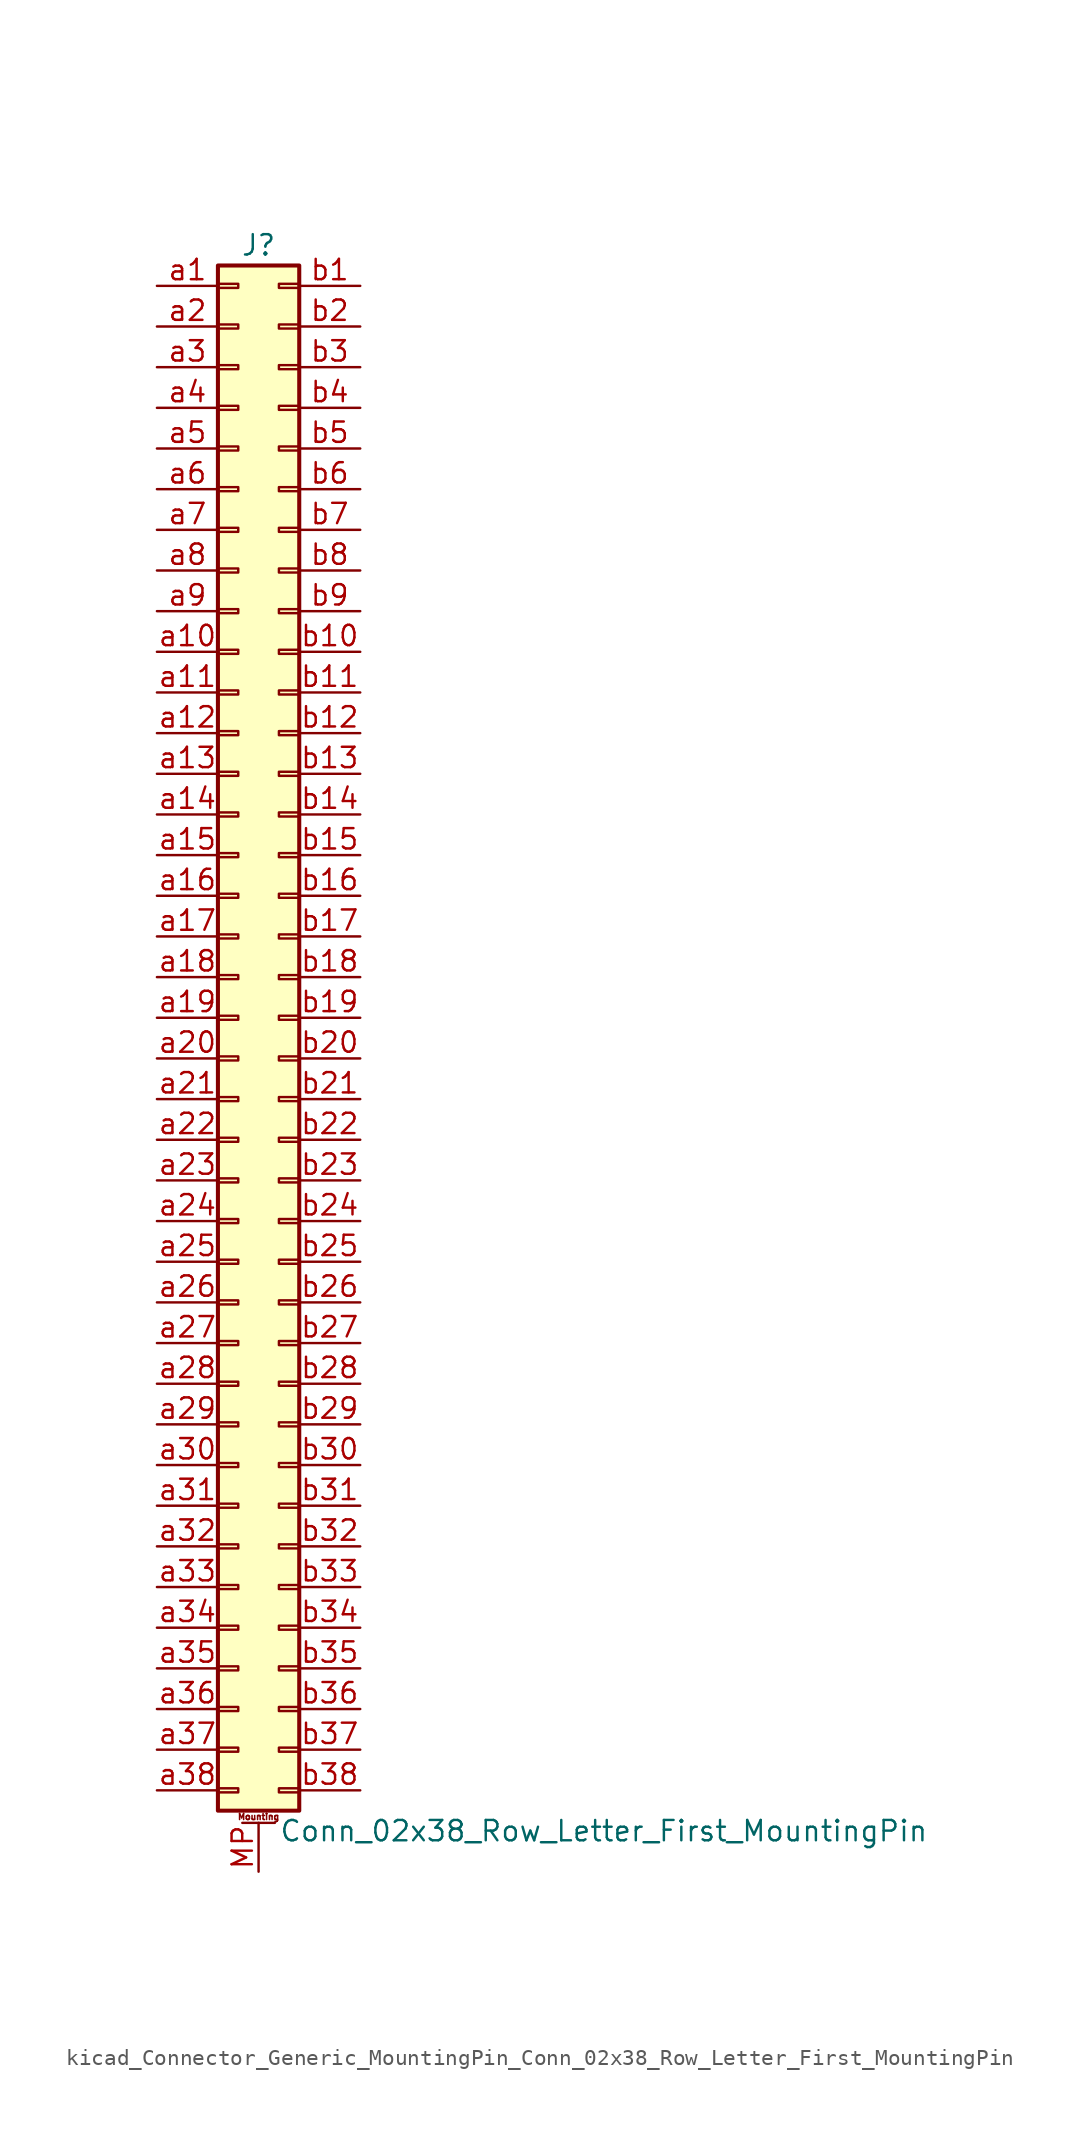
<source format=kicad_sym>
(kicad_symbol_lib
  (version 20220914)
  (generator kicad_symbol_editor)
  (symbol "kicad_Connector_Generic_MountingPin_Conn_02x38_Row_Letter_First_MountingPin"
    (pin_names
      (offset 1.016) hide)
    (property "Reference" "J"
      (at 1.27 48.26 0)
      (effects (font (size 1.27 1.27))))
    (property "Value" "Conn_02x38_Row_Letter_First_MountingPin"
      (at 2.54 -50.8 0)
      (effects (font (size 1.27 1.27)) (justify left)))
    (symbol "kicad_Connector_Generic_MountingPin_Conn_02x38_Row_Letter_First_MountingPin_1_1"
      (rectangle (start -1.27 -48.133) (end 0 -48.387) (stroke (width 0.152) (type default)) (fill (type none)))
      (rectangle (start -1.27 -45.593) (end 0 -45.847) (stroke (width 0.152) (type default)) (fill (type none)))
      (rectangle (start -1.27 -43.053) (end 0 -43.307) (stroke (width 0.152) (type default)) (fill (type none)))
      (rectangle (start -1.27 -40.513) (end 0 -40.767) (stroke (width 0.152) (type default)) (fill (type none)))
      (rectangle (start -1.27 -37.973) (end 0 -38.227) (stroke (width 0.152) (type default)) (fill (type none)))
      (rectangle (start -1.27 -35.433) (end 0 -35.687) (stroke (width 0.152) (type default)) (fill (type none)))
      (rectangle (start -1.27 -32.893) (end 0 -33.147) (stroke (width 0.152) (type default)) (fill (type none)))
      (rectangle (start -1.27 -30.353) (end 0 -30.607) (stroke (width 0.152) (type default)) (fill (type none)))
      (rectangle (start -1.27 -27.813) (end 0 -28.067) (stroke (width 0.152) (type default)) (fill (type none)))
      (rectangle (start -1.27 -25.273) (end 0 -25.527) (stroke (width 0.152) (type default)) (fill (type none)))
      (rectangle (start -1.27 -22.733) (end 0 -22.987) (stroke (width 0.152) (type default)) (fill (type none)))
      (rectangle (start -1.27 -20.193) (end 0 -20.447) (stroke (width 0.152) (type default)) (fill (type none)))
      (rectangle (start -1.27 -17.653) (end 0 -17.907) (stroke (width 0.152) (type default)) (fill (type none)))
      (rectangle (start -1.27 -15.113) (end 0 -15.367) (stroke (width 0.152) (type default)) (fill (type none)))
      (rectangle (start -1.27 -12.573) (end 0 -12.827) (stroke (width 0.152) (type default)) (fill (type none)))
      (rectangle (start -1.27 -10.033) (end 0 -10.287) (stroke (width 0.152) (type default)) (fill (type none)))
      (rectangle (start -1.27 -7.493) (end 0 -7.747) (stroke (width 0.152) (type default)) (fill (type none)))
      (rectangle (start -1.27 -4.953) (end 0 -5.207) (stroke (width 0.152) (type default)) (fill (type none)))
      (rectangle (start -1.27 -2.413) (end 0 -2.667) (stroke (width 0.152) (type default)) (fill (type none)))
      (rectangle (start -1.27 0.127) (end 0 -0.127) (stroke (width 0.152) (type default)) (fill (type none)))
      (rectangle (start -1.27 2.667) (end 0 2.413) (stroke (width 0.152) (type default)) (fill (type none)))
      (rectangle (start -1.27 5.207) (end 0 4.953) (stroke (width 0.152) (type default)) (fill (type none)))
      (rectangle (start -1.27 7.747) (end 0 7.493) (stroke (width 0.152) (type default)) (fill (type none)))
      (rectangle (start -1.27 10.287) (end 0 10.033) (stroke (width 0.152) (type default)) (fill (type none)))
      (rectangle (start -1.27 12.827) (end 0 12.573) (stroke (width 0.152) (type default)) (fill (type none)))
      (rectangle (start -1.27 15.367) (end 0 15.113) (stroke (width 0.152) (type default)) (fill (type none)))
      (rectangle (start -1.27 17.907) (end 0 17.653) (stroke (width 0.152) (type default)) (fill (type none)))
      (rectangle (start -1.27 20.447) (end 0 20.193) (stroke (width 0.152) (type default)) (fill (type none)))
      (rectangle (start -1.27 22.987) (end 0 22.733) (stroke (width 0.152) (type default)) (fill (type none)))
      (rectangle (start -1.27 25.527) (end 0 25.273) (stroke (width 0.152) (type default)) (fill (type none)))
      (rectangle (start -1.27 28.067) (end 0 27.813) (stroke (width 0.152) (type default)) (fill (type none)))
      (rectangle (start -1.27 30.607) (end 0 30.353) (stroke (width 0.152) (type default)) (fill (type none)))
      (rectangle (start -1.27 33.147) (end 0 32.893) (stroke (width 0.152) (type default)) (fill (type none)))
      (rectangle (start -1.27 35.687) (end 0 35.433) (stroke (width 0.152) (type default)) (fill (type none)))
      (rectangle (start -1.27 38.227) (end 0 37.973) (stroke (width 0.152) (type default)) (fill (type none)))
      (rectangle (start -1.27 40.767) (end 0 40.513) (stroke (width 0.152) (type default)) (fill (type none)))
      (rectangle (start -1.27 43.307) (end 0 43.053) (stroke (width 0.152) (type default)) (fill (type none)))
      (rectangle (start -1.27 45.847) (end 0 45.593) (stroke (width 0.152) (type default)) (fill (type none)))
      (rectangle (start -1.27 46.99) (end 3.81 -49.53) (stroke (width 0.254) (type default)) (fill (type background)))
      (polyline (pts (xy 0.254 -50.292) (xy 2.286 -50.292)) (stroke (width 0.152) (type default)) (fill (type none)))
      (rectangle (start 3.81 -48.133) (end 2.54 -48.387) (stroke (width 0.152) (type default)) (fill (type none)))
      (rectangle (start 3.81 -45.593) (end 2.54 -45.847) (stroke (width 0.152) (type default)) (fill (type none)))
      (rectangle (start 3.81 -43.053) (end 2.54 -43.307) (stroke (width 0.152) (type default)) (fill (type none)))
      (rectangle (start 3.81 -40.513) (end 2.54 -40.767) (stroke (width 0.152) (type default)) (fill (type none)))
      (rectangle (start 3.81 -37.973) (end 2.54 -38.227) (stroke (width 0.152) (type default)) (fill (type none)))
      (rectangle (start 3.81 -35.433) (end 2.54 -35.687) (stroke (width 0.152) (type default)) (fill (type none)))
      (rectangle (start 3.81 -32.893) (end 2.54 -33.147) (stroke (width 0.152) (type default)) (fill (type none)))
      (rectangle (start 3.81 -30.353) (end 2.54 -30.607) (stroke (width 0.152) (type default)) (fill (type none)))
      (rectangle (start 3.81 -27.813) (end 2.54 -28.067) (stroke (width 0.152) (type default)) (fill (type none)))
      (rectangle (start 3.81 -25.273) (end 2.54 -25.527) (stroke (width 0.152) (type default)) (fill (type none)))
      (rectangle (start 3.81 -22.733) (end 2.54 -22.987) (stroke (width 0.152) (type default)) (fill (type none)))
      (rectangle (start 3.81 -20.193) (end 2.54 -20.447) (stroke (width 0.152) (type default)) (fill (type none)))
      (rectangle (start 3.81 -17.653) (end 2.54 -17.907) (stroke (width 0.152) (type default)) (fill (type none)))
      (rectangle (start 3.81 -15.113) (end 2.54 -15.367) (stroke (width 0.152) (type default)) (fill (type none)))
      (rectangle (start 3.81 -12.573) (end 2.54 -12.827) (stroke (width 0.152) (type default)) (fill (type none)))
      (rectangle (start 3.81 -10.033) (end 2.54 -10.287) (stroke (width 0.152) (type default)) (fill (type none)))
      (rectangle (start 3.81 -7.493) (end 2.54 -7.747) (stroke (width 0.152) (type default)) (fill (type none)))
      (rectangle (start 3.81 -4.953) (end 2.54 -5.207) (stroke (width 0.152) (type default)) (fill (type none)))
      (rectangle (start 3.81 -2.413) (end 2.54 -2.667) (stroke (width 0.152) (type default)) (fill (type none)))
      (rectangle (start 3.81 0.127) (end 2.54 -0.127) (stroke (width 0.152) (type default)) (fill (type none)))
      (rectangle (start 3.81 2.667) (end 2.54 2.413) (stroke (width 0.152) (type default)) (fill (type none)))
      (rectangle (start 3.81 5.207) (end 2.54 4.953) (stroke (width 0.152) (type default)) (fill (type none)))
      (rectangle (start 3.81 7.747) (end 2.54 7.493) (stroke (width 0.152) (type default)) (fill (type none)))
      (rectangle (start 3.81 10.287) (end 2.54 10.033) (stroke (width 0.152) (type default)) (fill (type none)))
      (rectangle (start 3.81 12.827) (end 2.54 12.573) (stroke (width 0.152) (type default)) (fill (type none)))
      (rectangle (start 3.81 15.367) (end 2.54 15.113) (stroke (width 0.152) (type default)) (fill (type none)))
      (rectangle (start 3.81 17.907) (end 2.54 17.653) (stroke (width 0.152) (type default)) (fill (type none)))
      (rectangle (start 3.81 20.447) (end 2.54 20.193) (stroke (width 0.152) (type default)) (fill (type none)))
      (rectangle (start 3.81 22.987) (end 2.54 22.733) (stroke (width 0.152) (type default)) (fill (type none)))
      (rectangle (start 3.81 25.527) (end 2.54 25.273) (stroke (width 0.152) (type default)) (fill (type none)))
      (rectangle (start 3.81 28.067) (end 2.54 27.813) (stroke (width 0.152) (type default)) (fill (type none)))
      (rectangle (start 3.81 30.607) (end 2.54 30.353) (stroke (width 0.152) (type default)) (fill (type none)))
      (rectangle (start 3.81 33.147) (end 2.54 32.893) (stroke (width 0.152) (type default)) (fill (type none)))
      (rectangle (start 3.81 35.687) (end 2.54 35.433) (stroke (width 0.152) (type default)) (fill (type none)))
      (rectangle (start 3.81 38.227) (end 2.54 37.973) (stroke (width 0.152) (type default)) (fill (type none)))
      (rectangle (start 3.81 40.767) (end 2.54 40.513) (stroke (width 0.152) (type default)) (fill (type none)))
      (rectangle (start 3.81 43.307) (end 2.54 43.053) (stroke (width 0.152) (type default)) (fill (type none)))
      (rectangle (start 3.81 45.847) (end 2.54 45.593) (stroke (width 0.152) (type default)) (fill (type none)))
      (text "Mounting" (at 1.27 -49.911 0) (effects (font (size 0.381 0.381))))
      (pin passive line (at 1.27 -53.34 90) (length 3.048) (name "MountPin" (effects (font (size 1.27 1.27)))) (number "MP" (effects (font (size 1.27 1.27)))))
      (pin passive line (at -5.08 45.72 0) (length 3.81) (name "Pin_a1" (effects (font (size 1.27 1.27)))) (number "a1" (effects (font (size 1.27 1.27)))))
      (pin passive line (at -5.08 22.86 0) (length 3.81) (name "Pin_a10" (effects (font (size 1.27 1.27)))) (number "a10" (effects (font (size 1.27 1.27)))))
      (pin passive line (at -5.08 20.32 0) (length 3.81) (name "Pin_a11" (effects (font (size 1.27 1.27)))) (number "a11" (effects (font (size 1.27 1.27)))))
      (pin passive line (at -5.08 17.78 0) (length 3.81) (name "Pin_a12" (effects (font (size 1.27 1.27)))) (number "a12" (effects (font (size 1.27 1.27)))))
      (pin passive line (at -5.08 15.24 0) (length 3.81) (name "Pin_a13" (effects (font (size 1.27 1.27)))) (number "a13" (effects (font (size 1.27 1.27)))))
      (pin passive line (at -5.08 12.7 0) (length 3.81) (name "Pin_a14" (effects (font (size 1.27 1.27)))) (number "a14" (effects (font (size 1.27 1.27)))))
      (pin passive line (at -5.08 10.16 0) (length 3.81) (name "Pin_a15" (effects (font (size 1.27 1.27)))) (number "a15" (effects (font (size 1.27 1.27)))))
      (pin passive line (at -5.08 7.62 0) (length 3.81) (name "Pin_a16" (effects (font (size 1.27 1.27)))) (number "a16" (effects (font (size 1.27 1.27)))))
      (pin passive line (at -5.08 5.08 0) (length 3.81) (name "Pin_a17" (effects (font (size 1.27 1.27)))) (number "a17" (effects (font (size 1.27 1.27)))))
      (pin passive line (at -5.08 2.54 0) (length 3.81) (name "Pin_a18" (effects (font (size 1.27 1.27)))) (number "a18" (effects (font (size 1.27 1.27)))))
      (pin passive line (at -5.08 0 0) (length 3.81) (name "Pin_a19" (effects (font (size 1.27 1.27)))) (number "a19" (effects (font (size 1.27 1.27)))))
      (pin passive line (at -5.08 43.18 0) (length 3.81) (name "Pin_a2" (effects (font (size 1.27 1.27)))) (number "a2" (effects (font (size 1.27 1.27)))))
      (pin passive line (at -5.08 -2.54 0) (length 3.81) (name "Pin_a20" (effects (font (size 1.27 1.27)))) (number "a20" (effects (font (size 1.27 1.27)))))
      (pin passive line (at -5.08 -5.08 0) (length 3.81) (name "Pin_a21" (effects (font (size 1.27 1.27)))) (number "a21" (effects (font (size 1.27 1.27)))))
      (pin passive line (at -5.08 -7.62 0) (length 3.81) (name "Pin_a22" (effects (font (size 1.27 1.27)))) (number "a22" (effects (font (size 1.27 1.27)))))
      (pin passive line (at -5.08 -10.16 0) (length 3.81) (name "Pin_a23" (effects (font (size 1.27 1.27)))) (number "a23" (effects (font (size 1.27 1.27)))))
      (pin passive line (at -5.08 -12.7 0) (length 3.81) (name "Pin_a24" (effects (font (size 1.27 1.27)))) (number "a24" (effects (font (size 1.27 1.27)))))
      (pin passive line (at -5.08 -15.24 0) (length 3.81) (name "Pin_a25" (effects (font (size 1.27 1.27)))) (number "a25" (effects (font (size 1.27 1.27)))))
      (pin passive line (at -5.08 -17.78 0) (length 3.81) (name "Pin_a26" (effects (font (size 1.27 1.27)))) (number "a26" (effects (font (size 1.27 1.27)))))
      (pin passive line (at -5.08 -20.32 0) (length 3.81) (name "Pin_a27" (effects (font (size 1.27 1.27)))) (number "a27" (effects (font (size 1.27 1.27)))))
      (pin passive line (at -5.08 -22.86 0) (length 3.81) (name "Pin_a28" (effects (font (size 1.27 1.27)))) (number "a28" (effects (font (size 1.27 1.27)))))
      (pin passive line (at -5.08 -25.4 0) (length 3.81) (name "Pin_a29" (effects (font (size 1.27 1.27)))) (number "a29" (effects (font (size 1.27 1.27)))))
      (pin passive line (at -5.08 40.64 0) (length 3.81) (name "Pin_a3" (effects (font (size 1.27 1.27)))) (number "a3" (effects (font (size 1.27 1.27)))))
      (pin passive line (at -5.08 -27.94 0) (length 3.81) (name "Pin_a30" (effects (font (size 1.27 1.27)))) (number "a30" (effects (font (size 1.27 1.27)))))
      (pin passive line (at -5.08 -30.48 0) (length 3.81) (name "Pin_a31" (effects (font (size 1.27 1.27)))) (number "a31" (effects (font (size 1.27 1.27)))))
      (pin passive line (at -5.08 -33.02 0) (length 3.81) (name "Pin_a32" (effects (font (size 1.27 1.27)))) (number "a32" (effects (font (size 1.27 1.27)))))
      (pin passive line (at -5.08 -35.56 0) (length 3.81) (name "Pin_a33" (effects (font (size 1.27 1.27)))) (number "a33" (effects (font (size 1.27 1.27)))))
      (pin passive line (at -5.08 -38.1 0) (length 3.81) (name "Pin_a34" (effects (font (size 1.27 1.27)))) (number "a34" (effects (font (size 1.27 1.27)))))
      (pin passive line (at -5.08 -40.64 0) (length 3.81) (name "Pin_a35" (effects (font (size 1.27 1.27)))) (number "a35" (effects (font (size 1.27 1.27)))))
      (pin passive line (at -5.08 -43.18 0) (length 3.81) (name "Pin_a36" (effects (font (size 1.27 1.27)))) (number "a36" (effects (font (size 1.27 1.27)))))
      (pin passive line (at -5.08 -45.72 0) (length 3.81) (name "Pin_a37" (effects (font (size 1.27 1.27)))) (number "a37" (effects (font (size 1.27 1.27)))))
      (pin passive line (at -5.08 -48.26 0) (length 3.81) (name "Pin_a38" (effects (font (size 1.27 1.27)))) (number "a38" (effects (font (size 1.27 1.27)))))
      (pin passive line (at -5.08 38.1 0) (length 3.81) (name "Pin_a4" (effects (font (size 1.27 1.27)))) (number "a4" (effects (font (size 1.27 1.27)))))
      (pin passive line (at -5.08 35.56 0) (length 3.81) (name "Pin_a5" (effects (font (size 1.27 1.27)))) (number "a5" (effects (font (size 1.27 1.27)))))
      (pin passive line (at -5.08 33.02 0) (length 3.81) (name "Pin_a6" (effects (font (size 1.27 1.27)))) (number "a6" (effects (font (size 1.27 1.27)))))
      (pin passive line (at -5.08 30.48 0) (length 3.81) (name "Pin_a7" (effects (font (size 1.27 1.27)))) (number "a7" (effects (font (size 1.27 1.27)))))
      (pin passive line (at -5.08 27.94 0) (length 3.81) (name "Pin_a8" (effects (font (size 1.27 1.27)))) (number "a8" (effects (font (size 1.27 1.27)))))
      (pin passive line (at -5.08 25.4 0) (length 3.81) (name "Pin_a9" (effects (font (size 1.27 1.27)))) (number "a9" (effects (font (size 1.27 1.27)))))
      (pin passive line (at 7.62 45.72 180) (length 3.81) (name "Pin_b1" (effects (font (size 1.27 1.27)))) (number "b1" (effects (font (size 1.27 1.27)))))
      (pin passive line (at 7.62 22.86 180) (length 3.81) (name "Pin_b10" (effects (font (size 1.27 1.27)))) (number "b10" (effects (font (size 1.27 1.27)))))
      (pin passive line (at 7.62 20.32 180) (length 3.81) (name "Pin_b11" (effects (font (size 1.27 1.27)))) (number "b11" (effects (font (size 1.27 1.27)))))
      (pin passive line (at 7.62 17.78 180) (length 3.81) (name "Pin_b12" (effects (font (size 1.27 1.27)))) (number "b12" (effects (font (size 1.27 1.27)))))
      (pin passive line (at 7.62 15.24 180) (length 3.81) (name "Pin_b13" (effects (font (size 1.27 1.27)))) (number "b13" (effects (font (size 1.27 1.27)))))
      (pin passive line (at 7.62 12.7 180) (length 3.81) (name "Pin_b14" (effects (font (size 1.27 1.27)))) (number "b14" (effects (font (size 1.27 1.27)))))
      (pin passive line (at 7.62 10.16 180) (length 3.81) (name "Pin_b15" (effects (font (size 1.27 1.27)))) (number "b15" (effects (font (size 1.27 1.27)))))
      (pin passive line (at 7.62 7.62 180) (length 3.81) (name "Pin_b16" (effects (font (size 1.27 1.27)))) (number "b16" (effects (font (size 1.27 1.27)))))
      (pin passive line (at 7.62 5.08 180) (length 3.81) (name "Pin_b17" (effects (font (size 1.27 1.27)))) (number "b17" (effects (font (size 1.27 1.27)))))
      (pin passive line (at 7.62 2.54 180) (length 3.81) (name "Pin_b18" (effects (font (size 1.27 1.27)))) (number "b18" (effects (font (size 1.27 1.27)))))
      (pin passive line (at 7.62 0 180) (length 3.81) (name "Pin_b19" (effects (font (size 1.27 1.27)))) (number "b19" (effects (font (size 1.27 1.27)))))
      (pin passive line (at 7.62 43.18 180) (length 3.81) (name "Pin_b2" (effects (font (size 1.27 1.27)))) (number "b2" (effects (font (size 1.27 1.27)))))
      (pin passive line (at 7.62 -2.54 180) (length 3.81) (name "Pin_b20" (effects (font (size 1.27 1.27)))) (number "b20" (effects (font (size 1.27 1.27)))))
      (pin passive line (at 7.62 -5.08 180) (length 3.81) (name "Pin_b21" (effects (font (size 1.27 1.27)))) (number "b21" (effects (font (size 1.27 1.27)))))
      (pin passive line (at 7.62 -7.62 180) (length 3.81) (name "Pin_b22" (effects (font (size 1.27 1.27)))) (number "b22" (effects (font (size 1.27 1.27)))))
      (pin passive line (at 7.62 -10.16 180) (length 3.81) (name "Pin_b23" (effects (font (size 1.27 1.27)))) (number "b23" (effects (font (size 1.27 1.27)))))
      (pin passive line (at 7.62 -12.7 180) (length 3.81) (name "Pin_b24" (effects (font (size 1.27 1.27)))) (number "b24" (effects (font (size 1.27 1.27)))))
      (pin passive line (at 7.62 -15.24 180) (length 3.81) (name "Pin_b25" (effects (font (size 1.27 1.27)))) (number "b25" (effects (font (size 1.27 1.27)))))
      (pin passive line (at 7.62 -17.78 180) (length 3.81) (name "Pin_b26" (effects (font (size 1.27 1.27)))) (number "b26" (effects (font (size 1.27 1.27)))))
      (pin passive line (at 7.62 -20.32 180) (length 3.81) (name "Pin_b27" (effects (font (size 1.27 1.27)))) (number "b27" (effects (font (size 1.27 1.27)))))
      (pin passive line (at 7.62 -22.86 180) (length 3.81) (name "Pin_b28" (effects (font (size 1.27 1.27)))) (number "b28" (effects (font (size 1.27 1.27)))))
      (pin passive line (at 7.62 -25.4 180) (length 3.81) (name "Pin_b29" (effects (font (size 1.27 1.27)))) (number "b29" (effects (font (size 1.27 1.27)))))
      (pin passive line (at 7.62 40.64 180) (length 3.81) (name "Pin_b3" (effects (font (size 1.27 1.27)))) (number "b3" (effects (font (size 1.27 1.27)))))
      (pin passive line (at 7.62 -27.94 180) (length 3.81) (name "Pin_b30" (effects (font (size 1.27 1.27)))) (number "b30" (effects (font (size 1.27 1.27)))))
      (pin passive line (at 7.62 -30.48 180) (length 3.81) (name "Pin_b31" (effects (font (size 1.27 1.27)))) (number "b31" (effects (font (size 1.27 1.27)))))
      (pin passive line (at 7.62 -33.02 180) (length 3.81) (name "Pin_b32" (effects (font (size 1.27 1.27)))) (number "b32" (effects (font (size 1.27 1.27)))))
      (pin passive line (at 7.62 -35.56 180) (length 3.81) (name "Pin_b33" (effects (font (size 1.27 1.27)))) (number "b33" (effects (font (size 1.27 1.27)))))
      (pin passive line (at 7.62 -38.1 180) (length 3.81) (name "Pin_b34" (effects (font (size 1.27 1.27)))) (number "b34" (effects (font (size 1.27 1.27)))))
      (pin passive line (at 7.62 -40.64 180) (length 3.81) (name "Pin_b35" (effects (font (size 1.27 1.27)))) (number "b35" (effects (font (size 1.27 1.27)))))
      (pin passive line (at 7.62 -43.18 180) (length 3.81) (name "Pin_b36" (effects (font (size 1.27 1.27)))) (number "b36" (effects (font (size 1.27 1.27)))))
      (pin passive line (at 7.62 -45.72 180) (length 3.81) (name "Pin_b37" (effects (font (size 1.27 1.27)))) (number "b37" (effects (font (size 1.27 1.27)))))
      (pin passive line (at 7.62 -48.26 180) (length 3.81) (name "Pin_b38" (effects (font (size 1.27 1.27)))) (number "b38" (effects (font (size 1.27 1.27)))))
      (pin passive line (at 7.62 38.1 180) (length 3.81) (name "Pin_b4" (effects (font (size 1.27 1.27)))) (number "b4" (effects (font (size 1.27 1.27)))))
      (pin passive line (at 7.62 35.56 180) (length 3.81) (name "Pin_b5" (effects (font (size 1.27 1.27)))) (number "b5" (effects (font (size 1.27 1.27)))))
      (pin passive line (at 7.62 33.02 180) (length 3.81) (name "Pin_b6" (effects (font (size 1.27 1.27)))) (number "b6" (effects (font (size 1.27 1.27)))))
      (pin passive line (at 7.62 30.48 180) (length 3.81) (name "Pin_b7" (effects (font (size 1.27 1.27)))) (number "b7" (effects (font (size 1.27 1.27)))))
      (pin passive line (at 7.62 27.94 180) (length 3.81) (name "Pin_b8" (effects (font (size 1.27 1.27)))) (number "b8" (effects (font (size 1.27 1.27)))))
      (pin passive line (at 7.62 25.4 180) (length 3.81) (name "Pin_b9" (effects (font (size 1.27 1.27)))) (number "b9" (effects (font (size 1.27 1.27))))))))
</source>
